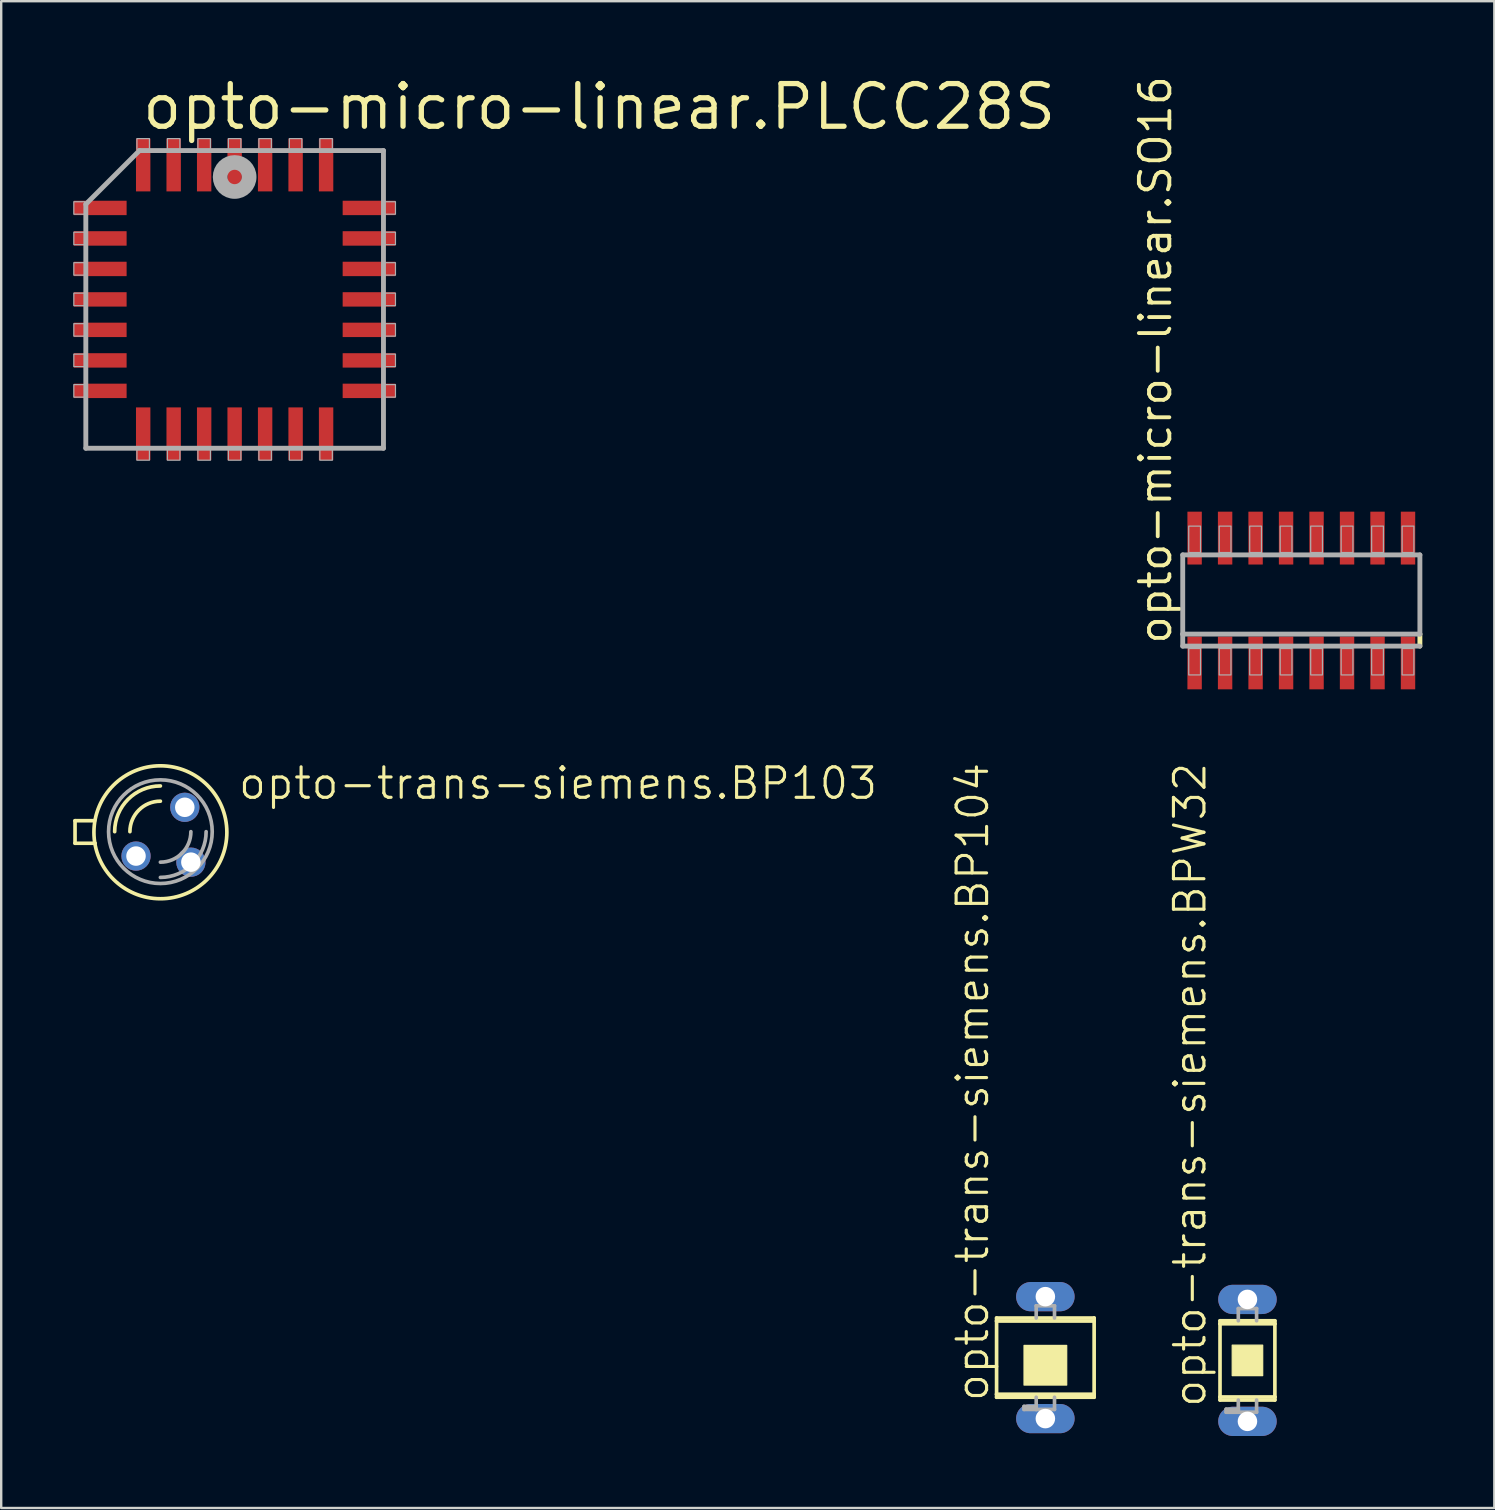
<source format=kicad_pcb>
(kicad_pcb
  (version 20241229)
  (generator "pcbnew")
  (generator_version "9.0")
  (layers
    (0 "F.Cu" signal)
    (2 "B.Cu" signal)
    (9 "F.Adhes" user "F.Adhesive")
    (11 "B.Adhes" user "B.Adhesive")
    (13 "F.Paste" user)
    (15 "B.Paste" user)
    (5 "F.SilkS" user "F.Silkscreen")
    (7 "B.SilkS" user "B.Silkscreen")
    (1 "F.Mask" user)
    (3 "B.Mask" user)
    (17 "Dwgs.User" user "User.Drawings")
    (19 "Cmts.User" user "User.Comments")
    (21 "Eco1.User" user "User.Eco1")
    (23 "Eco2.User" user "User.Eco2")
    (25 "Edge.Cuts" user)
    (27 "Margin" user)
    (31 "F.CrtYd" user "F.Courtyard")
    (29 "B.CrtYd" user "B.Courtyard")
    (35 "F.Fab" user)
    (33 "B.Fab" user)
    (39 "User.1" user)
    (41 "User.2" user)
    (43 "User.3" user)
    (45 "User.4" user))
  (footprint "opto-micro-linear.SO16"
    (layer "F.Cu")
    (at 51.162 21.967)
    (property "Reference" "opto-micro-linear.SO16" (at -5.334 1.905 90) (layer "F.SilkS") (effects (font (size 1.27 1.27) (thickness 0.16)) (justify left bottom)))
    (attr smd)
    (fp_line (start 4.94 1.4) (end 4.94 1.9) (stroke (width 0.203) (type default)) (layer "F.SilkS"))
    (fp_line (start -4.94 -1.9) (end 4.94 -1.9) (stroke (width 0.203) (type default)) (layer "F.Fab"))
    (fp_line (start -4.94 1.4) (end -4.94 -1.9) (stroke (width 0.203) (type default)) (layer "F.Fab"))
    (fp_line (start -4.94 1.9) (end -4.94 1.4) (stroke (width 0.203) (type default)) (layer "F.Fab"))
    (fp_line (start 4.94 -1.9) (end 4.94 1.4) (stroke (width 0.203) (type default)) (layer "F.Fab"))
    (fp_line (start 4.94 1.4) (end -4.94 1.4) (stroke (width 0.203) (type default)) (layer "F.Fab"))
    (fp_line (start 4.94 1.9) (end -4.94 1.9) (stroke (width 0.203) (type default)) (layer "F.Fab"))
    (fp_rect (start -4.69 -2) (end -4.2 -3.1) (stroke (width 0.05) (type default)) (fill no) (layer "F.Fab"))
    (fp_rect (start -4.69 3.1) (end -4.2 2) (stroke (width 0.05) (type default)) (fill no) (layer "F.Fab"))
    (fp_rect (start -3.42 -2) (end -2.93 -3.1) (stroke (width 0.05) (type default)) (fill no) (layer "F.Fab"))
    (fp_rect (start -3.42 3.1) (end -2.93 2) (stroke (width 0.05) (type default)) (fill no) (layer "F.Fab"))
    (fp_rect (start -2.15 -2) (end -1.66 -3.1) (stroke (width 0.05) (type default)) (fill no) (layer "F.Fab"))
    (fp_rect (start -2.15 3.1) (end -1.66 2) (stroke (width 0.05) (type default)) (fill no) (layer "F.Fab"))
    (fp_rect (start -0.88 -2) (end -0.39 -3.1) (stroke (width 0.05) (type default)) (fill no) (layer "F.Fab"))
    (fp_rect (start -0.88 3.1) (end -0.39 2) (stroke (width 0.05) (type default)) (fill no) (layer "F.Fab"))
    (fp_rect (start 0.39 -2) (end 0.88 -3.1) (stroke (width 0.05) (type default)) (fill no) (layer "F.Fab"))
    (fp_rect (start 0.39 3.1) (end 0.88 2) (stroke (width 0.05) (type default)) (fill no) (layer "F.Fab"))
    (fp_rect (start 1.66 -2) (end 2.15 -3.1) (stroke (width 0.05) (type default)) (fill no) (layer "F.Fab"))
    (fp_rect (start 1.66 3.1) (end 2.15 2) (stroke (width 0.05) (type default)) (fill no) (layer "F.Fab"))
    (fp_rect (start 2.93 -2) (end 3.42 -3.1) (stroke (width 0.05) (type default)) (fill no) (layer "F.Fab"))
    (fp_rect (start 2.93 3.1) (end 3.42 2) (stroke (width 0.05) (type default)) (fill no) (layer "F.Fab"))
    (fp_rect (start 4.2 -2) (end 4.69 -3.1) (stroke (width 0.05) (type default)) (fill no) (layer "F.Fab"))
    (fp_rect (start 4.2 3.1) (end 4.69 2) (stroke (width 0.05) (type default)) (fill no) (layer "F.Fab"))
    (pad "1" smd roundrect (at -4.445 2.6) (size 0.6 2.2) (layers "F.Cu" "F.Mask" "F.Paste") (roundrect_rratio 0.01))
    (pad "2" smd roundrect (at -3.175 2.6) (size 0.6 2.2) (layers "F.Cu" "F.Mask" "F.Paste") (roundrect_rratio 0.01))
    (pad "3" smd roundrect (at -1.905 2.6) (size 0.6 2.2) (layers "F.Cu" "F.Mask" "F.Paste") (roundrect_rratio 0.01))
    (pad "4" smd roundrect (at -0.635 2.6) (size 0.6 2.2) (layers "F.Cu" "F.Mask" "F.Paste") (roundrect_rratio 0.01))
    (pad "5" smd roundrect (at 0.635 2.6) (size 0.6 2.2) (layers "F.Cu" "F.Mask" "F.Paste") (roundrect_rratio 0.01))
    (pad "6" smd roundrect (at 1.905 2.6) (size 0.6 2.2) (layers "F.Cu" "F.Mask" "F.Paste") (roundrect_rratio 0.01))
    (pad "7" smd roundrect (at 3.175 2.6) (size 0.6 2.2) (layers "F.Cu" "F.Mask" "F.Paste") (roundrect_rratio 0.01))
    (pad "8" smd roundrect (at 4.445 2.6) (size 0.6 2.2) (layers "F.Cu" "F.Mask" "F.Paste") (roundrect_rratio 0.01))
    (pad "9" smd roundrect (at 4.445 -2.6) (size 0.6 2.2) (layers "F.Cu" "F.Mask" "F.Paste") (roundrect_rratio 0.01))
    (pad "10" smd roundrect (at 3.175 -2.6) (size 0.6 2.2) (layers "F.Cu" "F.Mask" "F.Paste") (roundrect_rratio 0.01))
    (pad "11" smd roundrect (at 1.905 -2.6) (size 0.6 2.2) (layers "F.Cu" "F.Mask" "F.Paste") (roundrect_rratio 0.01))
    (pad "12" smd roundrect (at 0.635 -2.6) (size 0.6 2.2) (layers "F.Cu" "F.Mask" "F.Paste") (roundrect_rratio 0.01))
    (pad "13" smd roundrect (at -0.635 -2.6) (size 0.6 2.2) (layers "F.Cu" "F.Mask" "F.Paste") (roundrect_rratio 0.01))
    (pad "14" smd roundrect (at -1.905 -2.6) (size 0.6 2.2) (layers "F.Cu" "F.Mask" "F.Paste") (roundrect_rratio 0.01))
    (pad "15" smd roundrect (at -3.175 -2.6) (size 0.6 2.2) (layers "F.Cu" "F.Mask" "F.Paste") (roundrect_rratio 0.01))
    (pad "16" smd roundrect (at -4.445 -2.6) (size 0.6 2.2) (layers "F.Cu" "F.Mask" "F.Paste") (roundrect_rratio 0.01)))
  (footprint "opto-trans-siemens.BP104"
    (layer "F.Cu")
    (at 40.499 53.508)
    (property "Reference" "opto-trans-siemens.BP104" (at -2.286 1.905 90) (layer "F.SilkS") (effects (font (size 1.27 1.27) (thickness 0.13)) (justify left bottom)))
    (attr through_hole)
    (fp_line (start -2.032 -1.524) (end -2.032 -1.651) (stroke (width 0.152) (type default)) (layer "F.SilkS"))
    (fp_line (start -2.032 1.524) (end -2.032 -1.524) (stroke (width 0.152) (type default)) (layer "F.SilkS"))
    (fp_line (start -2.032 1.524) (end 2.032 1.524) (stroke (width 0.152) (type default)) (layer "F.SilkS"))
    (fp_line (start -2.032 1.651) (end -2.032 1.524) (stroke (width 0.152) (type default)) (layer "F.SilkS"))
    (fp_line (start -2.032 1.651) (end 2.032 1.651) (stroke (width 0.152) (type default)) (layer "F.SilkS"))
    (fp_line (start 2.032 -1.651) (end -2.032 -1.651) (stroke (width 0.152) (type default)) (layer "F.SilkS"))
    (fp_line (start 2.032 -1.651) (end 2.032 -1.524) (stroke (width 0.152) (type default)) (layer "F.SilkS"))
    (fp_line (start 2.032 -1.524) (end -2.032 -1.524) (stroke (width 0.152) (type default)) (layer "F.SilkS"))
    (fp_line (start 2.032 -1.524) (end 2.032 1.524) (stroke (width 0.152) (type default)) (layer "F.SilkS"))
    (fp_line (start 2.032 1.524) (end 2.032 1.651) (stroke (width 0.152) (type default)) (layer "F.SilkS"))
    (fp_rect (start -0.889 1.143) (end 0.889 -0.508) (stroke (width 0.05) (type default)) (fill yes) (layer "F.SilkS"))
    (fp_line (start -0.889 2.032) (end -0.889 2.159) (stroke (width 0.152) (type default)) (layer "F.Fab"))
    (fp_line (start -0.889 2.032) (end -0.381 2.032) (stroke (width 0.152) (type default)) (layer "F.Fab"))
    (fp_line (start -0.889 2.159) (end -0.381 2.159) (stroke (width 0.152) (type default)) (layer "F.Fab"))
    (fp_line (start -0.381 -1.651) (end -0.381 -2.159) (stroke (width 0.152) (type default)) (layer "F.Fab"))
    (fp_line (start -0.381 2.032) (end -0.381 1.651) (stroke (width 0.152) (type default)) (layer "F.Fab"))
    (fp_line (start -0.381 2.159) (end -0.381 2.032) (stroke (width 0.152) (type default)) (layer "F.Fab"))
    (fp_line (start 0.381 -2.159) (end -0.381 -2.159) (stroke (width 0.152) (type default)) (layer "F.Fab"))
    (fp_line (start 0.381 -2.159) (end 0.381 -1.651) (stroke (width 0.152) (type default)) (layer "F.Fab"))
    (fp_line (start 0.381 1.651) (end 0.381 2.159) (stroke (width 0.152) (type default)) (layer "F.Fab"))
    (fp_line (start 0.381 2.159) (end -0.381 2.159) (stroke (width 0.152) (type default)) (layer "F.Fab"))
    (pad "A" thru_hole oval (at 0 -2.54) (size 2.438 1.219) (drill 0.813) (layers "*.Cu" "*.Mask"))
    (pad "K" thru_hole oval (at 0 2.54) (size 2.438 1.219) (drill 0.813) (layers "*.Cu" "*.Mask")))
  (footprint "opto-micro-linear.PLCC28S"
    (layer "F.Cu")
    (at 6.725 9.423)
    (property "Reference" "opto-micro-linear.PLCC28S" (at -3.967 -6.985 0) (layer "F.SilkS") (effects (font (size 1.778 1.778) (thickness 0.22)) (justify left bottom)))
    (attr smd)
    (fp_line (start -6.2 -3.965) (end -6.2 6.2) (stroke (width 0.203) (type default)) (layer "F.Fab"))
    (fp_line (start -6.2 6.2) (end 6.2 6.2) (stroke (width 0.203) (type default)) (layer "F.Fab"))
    (fp_line (start -3.965 -6.2) (end -6.2 -3.965) (stroke (width 0.203) (type default)) (layer "F.Fab"))
    (fp_line (start 6.2 -6.2) (end -3.965 -6.2) (stroke (width 0.203) (type default)) (layer "F.Fab"))
    (fp_line (start 6.2 6.2) (end 6.2 -6.2) (stroke (width 0.203) (type default)) (layer "F.Fab"))
    (fp_rect (start -6.7 -3.55) (end -6.25 -4.07) (stroke (width 0.05) (type default)) (fill no) (layer "F.Fab"))
    (fp_rect (start -6.7 -2.28) (end -6.25 -2.8) (stroke (width 0.05) (type default)) (fill no) (layer "F.Fab"))
    (fp_rect (start -6.7 -1.01) (end -6.25 -1.53) (stroke (width 0.05) (type default)) (fill no) (layer "F.Fab"))
    (fp_rect (start -6.7 0.26) (end -6.25 -0.26) (stroke (width 0.05) (type default)) (fill no) (layer "F.Fab"))
    (fp_rect (start -6.7 1.53) (end -6.25 1.01) (stroke (width 0.05) (type default)) (fill no) (layer "F.Fab"))
    (fp_rect (start -6.7 2.8) (end -6.25 2.28) (stroke (width 0.05) (type default)) (fill no) (layer "F.Fab"))
    (fp_rect (start -6.7 4.07) (end -6.25 3.55) (stroke (width 0.05) (type default)) (fill no) (layer "F.Fab"))
    (fp_rect (start -4.07 -6.25) (end -3.55 -6.7) (stroke (width 0.05) (type default)) (fill no) (layer "F.Fab"))
    (fp_rect (start -4.07 6.7) (end -3.55 6.25) (stroke (width 0.05) (type default)) (fill no) (layer "F.Fab"))
    (fp_rect (start -2.8 -6.25) (end -2.28 -6.7) (stroke (width 0.05) (type default)) (fill no) (layer "F.Fab"))
    (fp_rect (start -2.8 6.7) (end -2.28 6.25) (stroke (width 0.05) (type default)) (fill no) (layer "F.Fab"))
    (fp_rect (start -1.53 -6.25) (end -1.01 -6.7) (stroke (width 0.05) (type default)) (fill no) (layer "F.Fab"))
    (fp_rect (start -1.53 6.7) (end -1.01 6.25) (stroke (width 0.05) (type default)) (fill no) (layer "F.Fab"))
    (fp_rect (start -0.26 -6.25) (end 0.26 -6.7) (stroke (width 0.05) (type default)) (fill no) (layer "F.Fab"))
    (fp_rect (start -0.26 6.7) (end 0.26 6.25) (stroke (width 0.05) (type default)) (fill no) (layer "F.Fab"))
    (fp_rect (start 1.01 -6.25) (end 1.53 -6.7) (stroke (width 0.05) (type default)) (fill no) (layer "F.Fab"))
    (fp_rect (start 1.01 6.7) (end 1.53 6.25) (stroke (width 0.05) (type default)) (fill no) (layer "F.Fab"))
    (fp_rect (start 2.28 -6.25) (end 2.8 -6.7) (stroke (width 0.05) (type default)) (fill no) (layer "F.Fab"))
    (fp_rect (start 2.28 6.7) (end 2.8 6.25) (stroke (width 0.05) (type default)) (fill no) (layer "F.Fab"))
    (fp_rect (start 3.55 -6.25) (end 4.07 -6.7) (stroke (width 0.05) (type default)) (fill no) (layer "F.Fab"))
    (fp_rect (start 3.55 6.7) (end 4.07 6.25) (stroke (width 0.05) (type default)) (fill no) (layer "F.Fab"))
    (fp_rect (start 6.25 -3.55) (end 6.7 -4.07) (stroke (width 0.05) (type default)) (fill no) (layer "F.Fab"))
    (fp_rect (start 6.25 -2.28) (end 6.7 -2.8) (stroke (width 0.05) (type default)) (fill no) (layer "F.Fab"))
    (fp_rect (start 6.25 -1.01) (end 6.7 -1.53) (stroke (width 0.05) (type default)) (fill no) (layer "F.Fab"))
    (fp_rect (start 6.25 0.26) (end 6.7 -0.26) (stroke (width 0.05) (type default)) (fill no) (layer "F.Fab"))
    (fp_rect (start 6.25 1.53) (end 6.7 1.01) (stroke (width 0.05) (type default)) (fill no) (layer "F.Fab"))
    (fp_rect (start 6.25 2.8) (end 6.7 2.28) (stroke (width 0.05) (type default)) (fill no) (layer "F.Fab"))
    (fp_rect (start 6.25 4.07) (end 6.7 3.55) (stroke (width 0.05) (type default)) (fill no) (layer "F.Fab"))
    (fp_circle (center 0 -5.1) (end 0.3 -5.1) (stroke (width 0.61) (type default)) (fill no) (layer "F.Fab"))
    (pad "1" smd roundrect (at 0 -5.6) (size 0.6 2.2) (layers "F.Cu" "F.Mask" "F.Paste") (roundrect_rratio 0.01))
    (pad "2" smd roundrect (at -1.27 -5.6) (size 0.6 2.2) (layers "F.Cu" "F.Mask" "F.Paste") (roundrect_rratio 0.01))
    (pad "3" smd roundrect (at -2.54 -5.6) (size 0.6 2.2) (layers "F.Cu" "F.Mask" "F.Paste") (roundrect_rratio 0.01))
    (pad "4" smd roundrect (at -3.81 -5.6) (size 0.6 2.2) (layers "F.Cu" "F.Mask" "F.Paste") (roundrect_rratio 0.01))
    (pad "5" smd roundrect (at -5.6 -3.81) (size 2.2 0.6) (layers "F.Cu" "F.Mask" "F.Paste") (roundrect_rratio 0.01))
    (pad "6" smd roundrect (at -5.6 -2.54) (size 2.2 0.6) (layers "F.Cu" "F.Mask" "F.Paste") (roundrect_rratio 0.01))
    (pad "7" smd roundrect (at -5.6 -1.27) (size 2.2 0.6) (layers "F.Cu" "F.Mask" "F.Paste") (roundrect_rratio 0.01))
    (pad "8" smd roundrect (at -5.6 0) (size 2.2 0.6) (layers "F.Cu" "F.Mask" "F.Paste") (roundrect_rratio 0.01))
    (pad "9" smd roundrect (at -5.6 1.27) (size 2.2 0.6) (layers "F.Cu" "F.Mask" "F.Paste") (roundrect_rratio 0.01))
    (pad "10" smd roundrect (at -5.6 2.54) (size 2.2 0.6) (layers "F.Cu" "F.Mask" "F.Paste") (roundrect_rratio 0.01))
    (pad "11" smd roundrect (at -5.6 3.81) (size 2.2 0.6) (layers "F.Cu" "F.Mask" "F.Paste") (roundrect_rratio 0.01))
    (pad "12" smd roundrect (at -3.81 5.6) (size 0.6 2.2) (layers "F.Cu" "F.Mask" "F.Paste") (roundrect_rratio 0.01))
    (pad "13" smd roundrect (at -2.54 5.6) (size 0.6 2.2) (layers "F.Cu" "F.Mask" "F.Paste") (roundrect_rratio 0.01))
    (pad "14" smd roundrect (at -1.27 5.6) (size 0.6 2.2) (layers "F.Cu" "F.Mask" "F.Paste") (roundrect_rratio 0.01))
    (pad "15" smd roundrect (at 0 5.6) (size 0.6 2.2) (layers "F.Cu" "F.Mask" "F.Paste") (roundrect_rratio 0.01))
    (pad "16" smd roundrect (at 1.27 5.6) (size 0.6 2.2) (layers "F.Cu" "F.Mask" "F.Paste") (roundrect_rratio 0.01))
    (pad "17" smd roundrect (at 2.54 5.6) (size 0.6 2.2) (layers "F.Cu" "F.Mask" "F.Paste") (roundrect_rratio 0.01))
    (pad "18" smd roundrect (at 3.81 5.6) (size 0.6 2.2) (layers "F.Cu" "F.Mask" "F.Paste") (roundrect_rratio 0.01))
    (pad "19" smd roundrect (at 5.6 3.81) (size 2.2 0.6) (layers "F.Cu" "F.Mask" "F.Paste") (roundrect_rratio 0.01))
    (pad "20" smd roundrect (at 5.6 2.54) (size 2.2 0.6) (layers "F.Cu" "F.Mask" "F.Paste") (roundrect_rratio 0.01))
    (pad "21" smd roundrect (at 5.6 1.27) (size 2.2 0.6) (layers "F.Cu" "F.Mask" "F.Paste") (roundrect_rratio 0.01))
    (pad "22" smd roundrect (at 5.6 0) (size 2.2 0.6) (layers "F.Cu" "F.Mask" "F.Paste") (roundrect_rratio 0.01))
    (pad "23" smd roundrect (at 5.6 -1.27) (size 2.2 0.6) (layers "F.Cu" "F.Mask" "F.Paste") (roundrect_rratio 0.01))
    (pad "24" smd roundrect (at 5.6 -2.54) (size 2.2 0.6) (layers "F.Cu" "F.Mask" "F.Paste") (roundrect_rratio 0.01))
    (pad "25" smd roundrect (at 5.6 -3.81) (size 2.2 0.6) (layers "F.Cu" "F.Mask" "F.Paste") (roundrect_rratio 0.01))
    (pad "26" smd roundrect (at 3.81 -5.6) (size 0.6 2.2) (layers "F.Cu" "F.Mask" "F.Paste") (roundrect_rratio 0.01))
    (pad "27" smd roundrect (at 2.54 -5.6) (size 0.6 2.2) (layers "F.Cu" "F.Mask" "F.Paste") (roundrect_rratio 0.01))
    (pad "28" smd roundrect (at 1.27 -5.6) (size 0.6 2.2) (layers "F.Cu" "F.Mask" "F.Paste") (roundrect_rratio 0.01)))
  (footprint "opto-trans-siemens.BP103"
    (layer "F.Cu")
    (at 3.632 31.597)
    (property "Reference" "opto-trans-siemens.BP103" (at 3.175 -1.27 0) (layer "F.SilkS") (effects (font (size 1.27 1.27) (thickness 0.13)) (justify left bottom)))
    (attr through_hole)
    (fp_line (start -3.556 -0.457) (end -3.556 0.483) (stroke (width 0.152) (type default)) (layer "F.SilkS"))
    (fp_line (start -3.556 0.483) (end -2.718 0.483) (stroke (width 0.152) (type default)) (layer "F.SilkS"))
    (fp_line (start -2.743 -0.457) (end -3.556 -0.457) (stroke (width 0.152) (type default)) (layer "F.SilkS"))
    (fp_arc (start -1.905 0) (mid -1.347038 -1.347038) (end 0 -1.905) (stroke (width 0.1524) (type default)) (layer "F.SilkS"))
    (fp_arc (start -1.27 0) (mid -0.898026 -0.898026) (end 0 -1.27) (stroke (width 0.1524) (type default)) (layer "F.SilkS"))
    (fp_circle (center 0 0.025) (end 2.769 0.025) (stroke (width 0.152) (type default)) (fill no) (layer "F.SilkS"))
    (fp_arc (start 1.27 0) (mid 0.898026 0.898026) (end 0 1.27) (stroke (width 0.1524) (type default)) (layer "F.Fab"))
    (fp_arc (start 1.905 0) (mid 1.347038 1.347038) (end 0 1.905) (stroke (width 0.1524) (type default)) (layer "F.Fab"))
    (fp_circle (center 0 0) (end 2.159 0) (stroke (width 0.152) (type default)) (fill no) (layer "F.Fab"))
    (pad "B" thru_hole circle (at 1.27 1.27) (size 1.219 1.219) (drill 0.813) (layers "*.Cu" "*.Mask"))
    (pad "C" thru_hole circle (at 1.016 -1.016) (size 1.219 1.219) (drill 0.813) (layers "*.Cu" "*.Mask"))
    (pad "E" thru_hole circle (at -1.016 1.016) (size 1.219 1.219) (drill 0.813) (layers "*.Cu" "*.Mask")))
  (footprint "opto-trans-siemens.BPW32"
    (layer "F.Cu")
    (at 48.918 53.623)
    (property "Reference" "opto-trans-siemens.BPW32" (at -1.651 2.032 90) (layer "F.SilkS") (effects (font (size 1.27 1.27) (thickness 0.13)) (justify left bottom)))
    (attr through_hole)
    (fp_line (start -1.143 -1.524) (end -1.143 -1.651) (stroke (width 0.152) (type default)) (layer "F.SilkS"))
    (fp_line (start -1.143 1.524) (end -1.143 -1.524) (stroke (width 0.152) (type default)) (layer "F.SilkS"))
    (fp_line (start -1.143 1.524) (end 1.143 1.524) (stroke (width 0.152) (type default)) (layer "F.SilkS"))
    (fp_line (start -1.143 1.651) (end -1.143 1.524) (stroke (width 0.152) (type default)) (layer "F.SilkS"))
    (fp_line (start -1.143 1.651) (end 1.143 1.651) (stroke (width 0.152) (type default)) (layer "F.SilkS"))
    (fp_line (start 1.143 -1.651) (end -1.143 -1.651) (stroke (width 0.152) (type default)) (layer "F.SilkS"))
    (fp_line (start 1.143 -1.651) (end 1.143 -1.524) (stroke (width 0.152) (type default)) (layer "F.SilkS"))
    (fp_line (start 1.143 -1.524) (end -1.143 -1.524) (stroke (width 0.152) (type default)) (layer "F.SilkS"))
    (fp_line (start 1.143 -1.524) (end 1.143 1.524) (stroke (width 0.152) (type default)) (layer "F.SilkS"))
    (fp_line (start 1.143 1.524) (end 1.143 1.651) (stroke (width 0.152) (type default)) (layer "F.SilkS"))
    (fp_rect (start -0.635 0.635) (end 0.635 -0.635) (stroke (width 0.05) (type default)) (fill yes) (layer "F.SilkS"))
    (fp_line (start -0.889 2.032) (end -0.889 2.159) (stroke (width 0.152) (type default)) (layer "F.Fab"))
    (fp_line (start -0.889 2.032) (end -0.381 2.032) (stroke (width 0.152) (type default)) (layer "F.Fab"))
    (fp_line (start -0.889 2.159) (end -0.381 2.159) (stroke (width 0.152) (type default)) (layer "F.Fab"))
    (fp_line (start -0.381 -1.651) (end -0.381 -2.159) (stroke (width 0.152) (type default)) (layer "F.Fab"))
    (fp_line (start -0.381 2.032) (end -0.381 1.651) (stroke (width 0.152) (type default)) (layer "F.Fab"))
    (fp_line (start -0.381 2.159) (end -0.381 2.032) (stroke (width 0.152) (type default)) (layer "F.Fab"))
    (fp_line (start 0.381 -2.159) (end -0.381 -2.159) (stroke (width 0.152) (type default)) (layer "F.Fab"))
    (fp_line (start 0.381 -2.159) (end 0.381 -1.651) (stroke (width 0.152) (type default)) (layer "F.Fab"))
    (fp_line (start 0.381 1.651) (end 0.381 2.159) (stroke (width 0.152) (type default)) (layer "F.Fab"))
    (fp_line (start 0.381 2.159) (end -0.381 2.159) (stroke (width 0.152) (type default)) (layer "F.Fab"))
    (pad "A" thru_hole oval (at 0 -2.54) (size 2.438 1.219) (drill 0.813) (layers "*.Cu" "*.Mask"))
    (pad "K" thru_hole oval (at 0 2.54) (size 2.438 1.219) (drill 0.813) (layers "*.Cu" "*.Mask")))
  (gr_rect
    (start -3 -3)
    (end 59.203 59.772)
    (stroke (width 0.1) (type default))
    (fill no)
    (layer "Edge.Cuts")))
</source>
